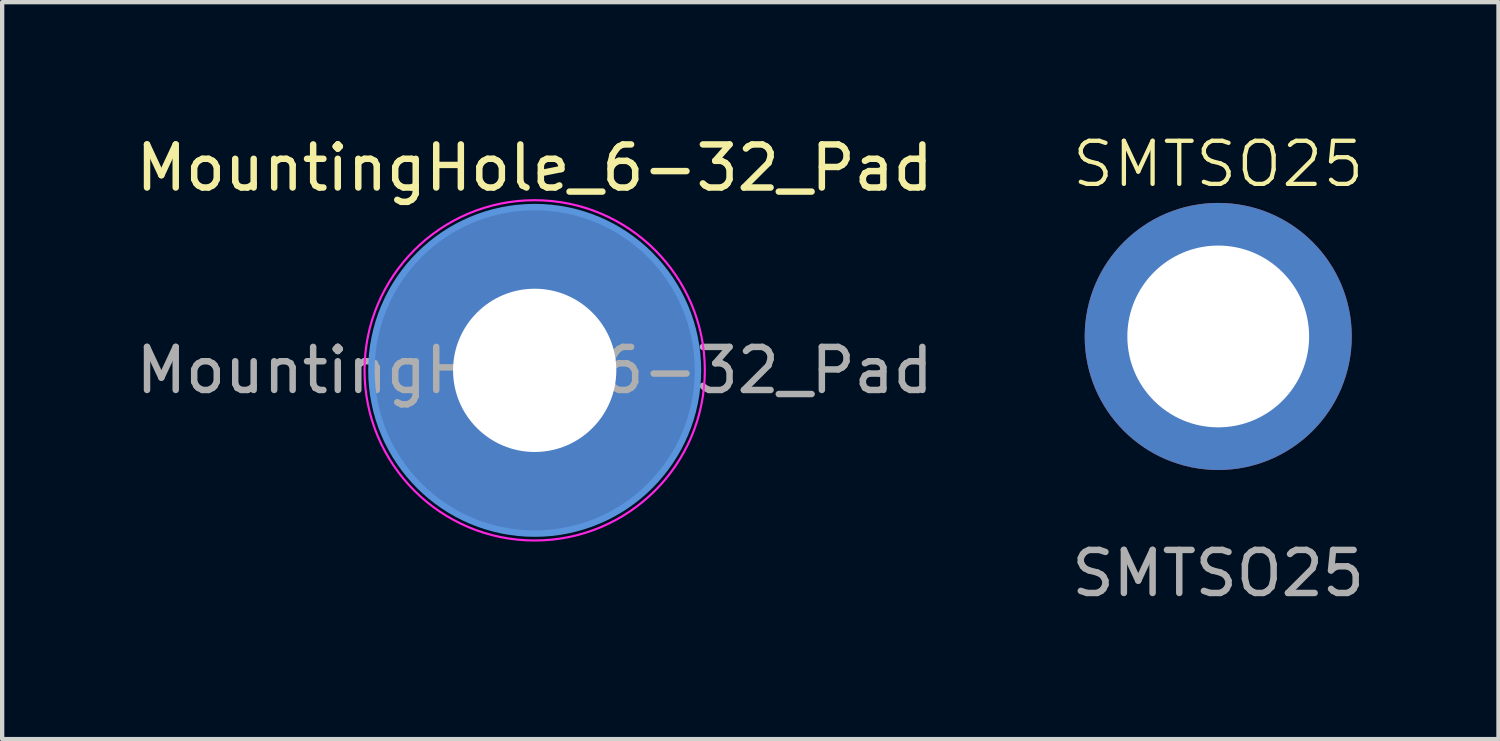
<source format=kicad_pcb>
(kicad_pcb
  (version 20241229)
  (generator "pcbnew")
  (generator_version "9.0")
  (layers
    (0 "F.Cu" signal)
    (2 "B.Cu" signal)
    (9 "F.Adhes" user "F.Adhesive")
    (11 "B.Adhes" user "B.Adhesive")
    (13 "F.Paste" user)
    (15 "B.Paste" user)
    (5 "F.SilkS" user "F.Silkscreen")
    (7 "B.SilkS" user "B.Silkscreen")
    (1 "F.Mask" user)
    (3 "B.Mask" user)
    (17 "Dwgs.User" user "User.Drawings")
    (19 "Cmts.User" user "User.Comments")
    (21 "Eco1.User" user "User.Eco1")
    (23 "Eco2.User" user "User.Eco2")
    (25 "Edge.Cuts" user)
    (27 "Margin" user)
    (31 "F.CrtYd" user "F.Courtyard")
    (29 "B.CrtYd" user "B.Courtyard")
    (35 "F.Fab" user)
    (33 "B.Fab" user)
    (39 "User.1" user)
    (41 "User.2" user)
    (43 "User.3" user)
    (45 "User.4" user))
  (footprint "SMTSO25"
    (layer "F.Cu")
    (at 25.232 4.761)
    (property "Reference" "SMTSO25" (at 0 -4 0) (unlocked yes) (layer "F.SilkS") (effects (font (size 1 1) (thickness 0.1))))
    (attr through_hole)
    (fp_poly (pts (arc (start -3.00258 0.272962) (mid -2.141481 2.122275) (end -0.3 2.999999)) (arc (start -0.2 2.2) (mid -1.56205 1.56205) (end -2.2 0.2))) (stroke (width 0.1) (type solid)) (fill yes) (layer "F.Paste"))
    (fp_poly (pts (arc (start -2.2 -0.2) (mid -1.558984 -1.56511) (end -0.191371 -2.200767)) (arc (start -0.261185 -3.003628) (mid -2.118072 -2.145638) (end -2.999999 -0.3))) (stroke (width 0.1) (type solid)) (fill yes) (layer "F.Paste"))
    (fp_poly (pts (arc (start 0.272962 3.00258) (mid 2.122275 2.141481) (end 2.999999 0.3)) (arc (start 2.2 0.2) (mid 1.56205 1.56205) (end 0.2 2.2))) (stroke (width 0.1) (type solid)) (fill yes) (layer "F.Paste"))
    (fp_poly (pts (arc (start 3.003628 -0.261185) (mid 2.145638 -2.118072) (end 0.3 -2.999999)) (arc (start 0.2 -2.2) (mid 1.56511 -1.558984) (end 2.200767 -0.191371))) (stroke (width 0.1) (type solid)) (fill yes) (layer "F.Paste"))
    (fp_text user "${REFERENCE}" (at 0 5.5 0) (unlocked yes) (layer "F.Fab") (effects (font (size 1 1) (thickness 0.15))))
    (pad "" thru_hole circle (at 0 0) (size 6.2 6.2) (drill 4.22) (layers "*.Cu" "*.Mask")))
  (footprint "MountingHole_6-32_Pad"
    (layer "F.Cu")
    (at 9.363 5.548)
    (property "Reference" "MountingHole_6-32_Pad" (at 0 -4.7 0) (layer "F.SilkS") (effects (font (size 1 1) (thickness 0.15))))
    (attr exclude_from_pos_files exclude_from_bom)
    (fp_circle (center 0 0) (end 3.79 0) (stroke (width 0.15) (type solid)) (fill no) (layer "Cmts.User"))
    (fp_circle (center 0 0) (end 3.95 0) (stroke (width 0.05) (type solid)) (fill no) (layer "F.CrtYd"))
    (fp_text user "${REFERENCE}" (at 0 0 0) (layer "F.Fab") (effects (font (size 1 1) (thickness 0.15))))
    (pad "1" thru_hole circle (at 0 0) (size 7.49 7.49) (drill 3.79) (layers "*.Cu" "*.Mask")))
  (gr_rect
    (start -3 -3)
    (end 31.738 14.109)
    (stroke (width 0.1) (type default))
    (fill no)
    (layer "Edge.Cuts")))
</source>
